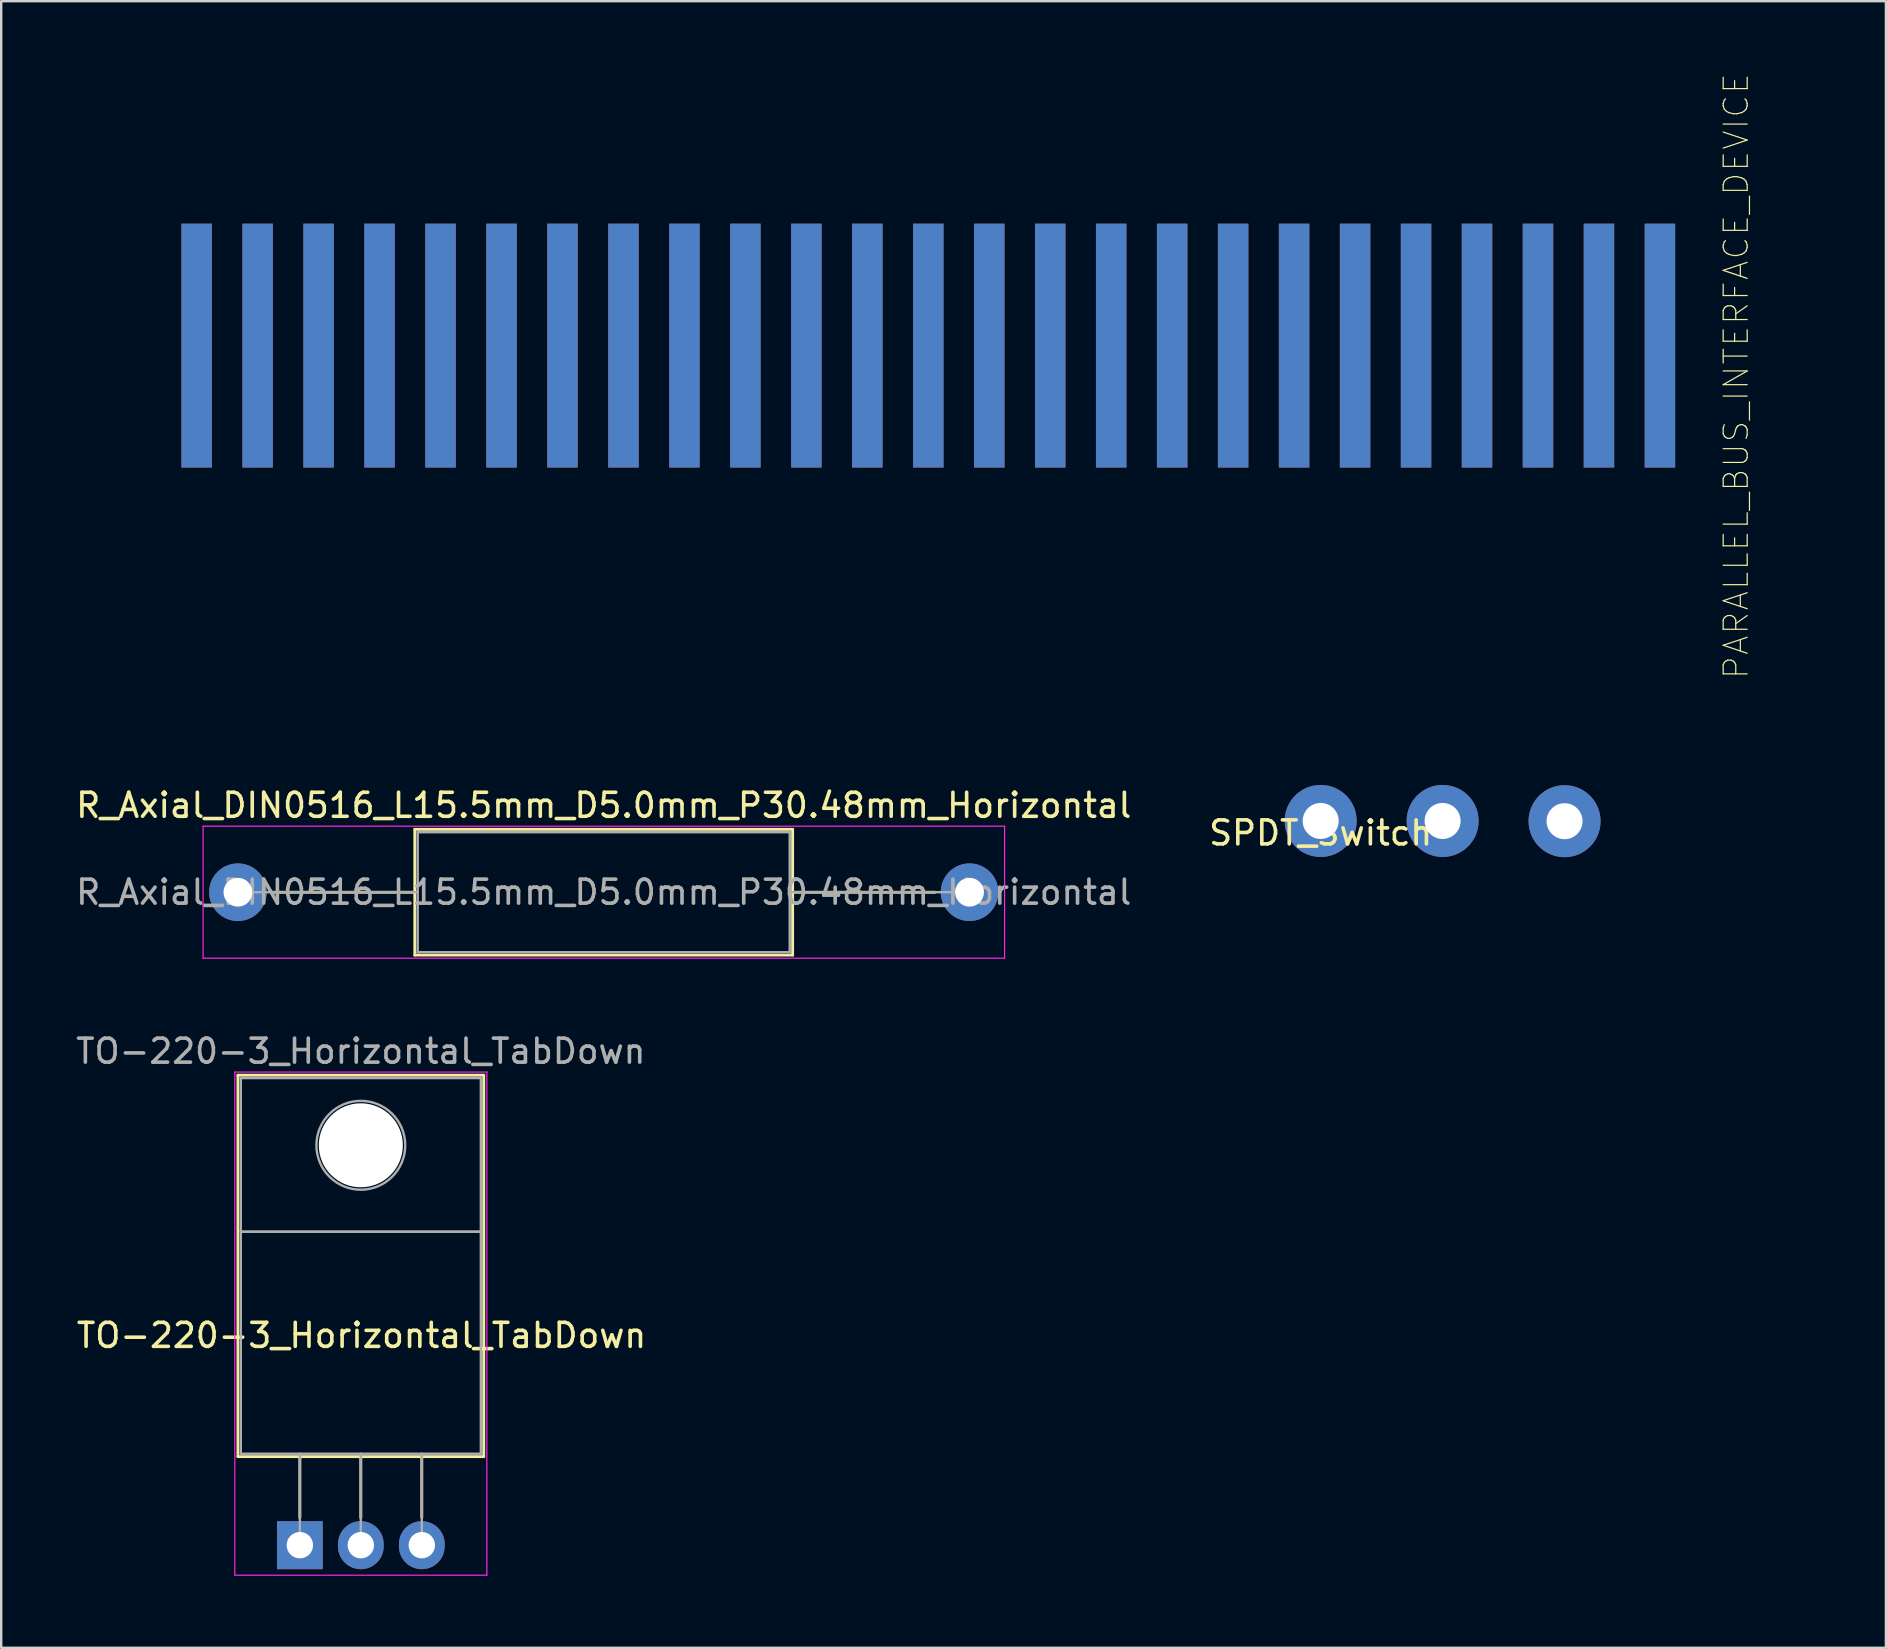
<source format=kicad_pcb>
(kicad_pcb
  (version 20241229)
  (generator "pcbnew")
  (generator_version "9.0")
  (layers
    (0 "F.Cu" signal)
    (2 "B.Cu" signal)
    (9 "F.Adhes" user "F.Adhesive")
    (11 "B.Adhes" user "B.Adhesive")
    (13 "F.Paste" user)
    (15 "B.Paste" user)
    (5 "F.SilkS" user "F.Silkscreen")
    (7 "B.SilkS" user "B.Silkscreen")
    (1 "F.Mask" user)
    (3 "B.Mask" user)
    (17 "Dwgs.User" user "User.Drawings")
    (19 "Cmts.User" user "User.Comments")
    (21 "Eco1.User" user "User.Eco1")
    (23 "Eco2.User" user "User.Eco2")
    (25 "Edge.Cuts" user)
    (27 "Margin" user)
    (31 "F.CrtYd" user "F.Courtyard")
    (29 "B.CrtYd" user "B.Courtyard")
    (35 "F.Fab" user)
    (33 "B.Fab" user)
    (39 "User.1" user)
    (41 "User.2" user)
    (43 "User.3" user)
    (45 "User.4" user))
  (footprint "R_Axial_DIN0516_L15.5mm_D5.0mm_P30.48mm_Horizontal"
    (layer "F.Cu")
    (at 6.861 34.12)
    (property "Reference" "R_Axial_DIN0516_L15.5mm_D5.0mm_P30.48mm_Horizontal" (at 15.24 -3.62 180) (layer "F.SilkS") (effects (font (size 1 1) (thickness 0.15))))
    (attr through_hole)
    (fp_line (start 1.44 0) (end 7.37 0) (stroke (width 0.12) (type solid)) (layer "F.SilkS"))
    (fp_line (start 7.37 -2.62) (end 7.37 2.62) (stroke (width 0.12) (type solid)) (layer "F.SilkS"))
    (fp_line (start 7.37 2.62) (end 23.11 2.62) (stroke (width 0.12) (type solid)) (layer "F.SilkS"))
    (fp_line (start 23.11 -2.62) (end 7.37 -2.62) (stroke (width 0.12) (type solid)) (layer "F.SilkS"))
    (fp_line (start 23.11 2.62) (end 23.11 -2.62) (stroke (width 0.12) (type solid)) (layer "F.SilkS"))
    (fp_line (start 29.04 0) (end 23.11 0) (stroke (width 0.12) (type solid)) (layer "F.SilkS"))
    (fp_line (start -1.45 -2.75) (end -1.45 2.75) (stroke (width 0.05) (type solid)) (layer "F.CrtYd"))
    (fp_line (start -1.45 2.75) (end 31.94 2.75) (stroke (width 0.05) (type solid)) (layer "F.CrtYd"))
    (fp_line (start 31.94 -2.75) (end -1.45 -2.75) (stroke (width 0.05) (type solid)) (layer "F.CrtYd"))
    (fp_line (start 31.94 2.75) (end 31.94 -2.75) (stroke (width 0.05) (type solid)) (layer "F.CrtYd"))
    (fp_line (start 0 0) (end 7.49 0) (stroke (width 0.1) (type solid)) (layer "F.Fab"))
    (fp_line (start 7.49 -2.5) (end 7.49 2.5) (stroke (width 0.1) (type solid)) (layer "F.Fab"))
    (fp_line (start 7.49 2.5) (end 22.99 2.5) (stroke (width 0.1) (type solid)) (layer "F.Fab"))
    (fp_line (start 22.99 -2.5) (end 7.49 -2.5) (stroke (width 0.1) (type solid)) (layer "F.Fab"))
    (fp_line (start 22.99 2.5) (end 22.99 -2.5) (stroke (width 0.1) (type solid)) (layer "F.Fab"))
    (fp_line (start 30.48 0) (end 22.99 0) (stroke (width 0.1) (type solid)) (layer "F.Fab"))
    (fp_text user "${REFERENCE}" (at 15.24 0 180) (layer "F.Fab") (effects (font (size 1 1) (thickness 0.15))))
    (pad "1" thru_hole circle (at 0 0) (size 2.4 2.4) (drill 1.2) (layers "*.Cu" "*.Mask"))
    (pad "2" thru_hole oval (at 30.48 0) (size 2.4 2.4) (drill 1.2) (layers "*.Cu" "*.Mask")))
  (footprint "TO-220-3_Horizontal_TabDown"
    (layer "F.Cu")
    (at 9.442 61.323)
    (property "Reference" "TO-220-3_Horizontal_TabDown" (at 2.57 -8.74 0) (layer "F.SilkS") (effects (font (size 1 1) (thickness 0.15))))
    (attr through_hole)
    (fp_poly (pts (xy -3 -20) (xy -3 -3) (xy 8.01 -3) (xy 8.01 -20)) (stroke (width 0.1) (type solid)) (fill yes) (layer "F.Mask"))
    (fp_line (start -2.58 -19.58) (end -2.58 -3.69) (stroke (width 0.12) (type solid)) (layer "F.SilkS"))
    (fp_line (start -2.58 -19.58) (end 7.66 -19.58) (stroke (width 0.12) (type solid)) (layer "F.SilkS"))
    (fp_line (start -2.58 -3.69) (end 7.66 -3.69) (stroke (width 0.12) (type solid)) (layer "F.SilkS"))
    (fp_line (start 0 -3.69) (end 0 -1.15) (stroke (width 0.12) (type solid)) (layer "F.SilkS"))
    (fp_line (start 2.54 -3.69) (end 2.54 -1.15) (stroke (width 0.12) (type solid)) (layer "F.SilkS"))
    (fp_line (start 5.08 -3.69) (end 5.08 -1.15) (stroke (width 0.12) (type solid)) (layer "F.SilkS"))
    (fp_line (start 7.66 -19.58) (end 7.66 -3.69) (stroke (width 0.12) (type solid)) (layer "F.SilkS"))
    (fp_line (start -2.71 -19.71) (end -2.71 1.25) (stroke (width 0.05) (type solid)) (layer "F.CrtYd"))
    (fp_line (start -2.71 1.25) (end 7.79 1.25) (stroke (width 0.05) (type solid)) (layer "F.CrtYd"))
    (fp_line (start 7.79 -19.71) (end -2.71 -19.71) (stroke (width 0.05) (type solid)) (layer "F.CrtYd"))
    (fp_line (start 7.79 1.25) (end 7.79 -19.71) (stroke (width 0.05) (type solid)) (layer "F.CrtYd"))
    (fp_line (start -2.46 -19.46) (end 7.54 -19.46) (stroke (width 0.1) (type solid)) (layer "F.Fab"))
    (fp_line (start -2.46 -13.06) (end -2.46 -19.46) (stroke (width 0.1) (type solid)) (layer "F.Fab"))
    (fp_line (start -2.46 -13.06) (end 7.54 -13.06) (stroke (width 0.1) (type solid)) (layer "F.Fab"))
    (fp_line (start -2.46 -3.81) (end -2.46 -13.06) (stroke (width 0.1) (type solid)) (layer "F.Fab"))
    (fp_line (start 0 -3.81) (end 0 0) (stroke (width 0.1) (type solid)) (layer "F.Fab"))
    (fp_line (start 2.54 -3.81) (end 2.54 0) (stroke (width 0.1) (type solid)) (layer "F.Fab"))
    (fp_line (start 5.08 -3.81) (end 5.08 0) (stroke (width 0.1) (type solid)) (layer "F.Fab"))
    (fp_line (start 7.54 -19.46) (end 7.54 -13.06) (stroke (width 0.1) (type solid)) (layer "F.Fab"))
    (fp_line (start 7.54 -13.06) (end -2.46 -13.06) (stroke (width 0.1) (type solid)) (layer "F.Fab"))
    (fp_line (start 7.54 -13.06) (end 7.54 -3.81) (stroke (width 0.1) (type solid)) (layer "F.Fab"))
    (fp_line (start 7.54 -3.81) (end -2.46 -3.81) (stroke (width 0.1) (type solid)) (layer "F.Fab"))
    (fp_circle (center 2.54 -16.66) (end 4.39 -16.66) (stroke (width 0.1) (type solid)) (fill no) (layer "F.Fab"))
    (fp_text user "${REFERENCE}" (at 2.54 -20.58 0) (layer "F.Fab") (effects (font (size 1 1) (thickness 0.15))))
    (pad "" np_thru_hole oval (at 2.54 -16.66) (size 3.5 3.5) (drill 3.5) (layers "*.Cu" "*.Mask"))
    (pad "1" thru_hole rect (at 0 0) (size 1.905 2) (drill 1.1) (layers "*.Cu" "*.Mask"))
    (pad "2" thru_hole oval (at 2.54 0) (size 1.905 2) (drill 1.1) (layers "*.Cu" "*.Mask"))
    (pad "3" thru_hole oval (at 5.08 0) (size 1.905 2) (drill 1.1) (layers "*.Cu" "*.Mask")))
  (footprint "SPDT_Switch"
    (layer "F.Cu")
    (at 51.97 31.151)
    (property "Reference" "SPDT_Switch" (at 0 0.5 0) (layer "F.SilkS") (effects (font (size 1 1) (thickness 0.15))))
    (attr through_hole)
    (pad "1" thru_hole circle (at 0 0) (size 3 3) (drill 1.5) (layers "*.Cu" "*.Mask"))
    (pad "2" thru_hole circle (at 5.08 0) (size 3 3) (drill 1.5) (layers "*.Cu" "*.Mask"))
    (pad "3" thru_hole circle (at 10.16 0.01) (size 3 3) (drill 1.5) (layers "*.Cu" "*.Mask")))
  (footprint "PARALLEL_BUS_INTERFACE_DEVICE"
    (layer "F.Cu")
    (at 25.463 12.618)
    (property "Reference" "PARALLEL_BUS_INTERFACE_DEVICE" (at 43.815 0 90) (layer "F.SilkS") (effects (font (size 1 1) (thickness 0.05))))
    (attr smd)
    (fp_line (start -25.4 5.08) (end 46.99 5.08) (stroke (width 0.127) (type solid)) (layer "Eco2.User"))
    (fp_line (start -24.13 6.35) (end -24.13 13.97) (stroke (width 0.127) (type solid)) (layer "Eco2.User"))
    (fp_line (start -24.13 6.35) (end -17.78 6.35) (stroke (width 0.127) (type solid)) (layer "Eco2.User"))
    (fp_line (start -24.13 13.97) (end 44.45 13.97) (stroke (width 0.127) (type solid)) (layer "Eco2.User"))
    (fp_line (start -20.32 6.35) (end -20.32 -2.54) (stroke (width 0.61) (type solid)) (layer "Eco2.User"))
    (fp_line (start -17.78 6.35) (end -17.78 -2.54) (stroke (width 0.61) (type solid)) (layer "Eco2.User"))
    (fp_line (start -17.78 6.35) (end -15.24 6.35) (stroke (width 0.127) (type solid)) (layer "Eco2.User"))
    (fp_line (start -15.24 6.35) (end -15.24 -2.54) (stroke (width 0.61) (type solid)) (layer "Eco2.User"))
    (fp_line (start -15.24 6.35) (end -12.7 6.35) (stroke (width 0.127) (type solid)) (layer "Eco2.User"))
    (fp_line (start -12.7 6.35) (end -12.7 -2.54) (stroke (width 0.61) (type solid)) (layer "Eco2.User"))
    (fp_line (start -12.7 6.35) (end -10.16 6.35) (stroke (width 0.127) (type solid)) (layer "Eco2.User"))
    (fp_line (start -10.16 6.35) (end -10.16 -2.54) (stroke (width 0.61) (type solid)) (layer "Eco2.User"))
    (fp_line (start -10.16 6.35) (end -7.62 6.35) (stroke (width 0.127) (type solid)) (layer "Eco2.User"))
    (fp_line (start -7.62 6.35) (end -7.62 -2.54) (stroke (width 0.61) (type solid)) (layer "Eco2.User"))
    (fp_line (start -7.62 6.35) (end -5.08 6.35) (stroke (width 0.127) (type solid)) (layer "Eco2.User"))
    (fp_line (start -5.08 6.35) (end -5.08 -2.54) (stroke (width 0.61) (type solid)) (layer "Eco2.User"))
    (fp_line (start -5.08 6.35) (end -2.54 6.35) (stroke (width 0.127) (type solid)) (layer "Eco2.User"))
    (fp_line (start -2.54 6.35) (end -2.54 -2.54) (stroke (width 0.61) (type solid)) (layer "Eco2.User"))
    (fp_line (start -2.54 6.35) (end 0 6.35) (stroke (width 0.127) (type solid)) (layer "Eco2.User"))
    (fp_line (start 0 6.35) (end 0 -2.54) (stroke (width 0.61) (type solid)) (layer "Eco2.User"))
    (fp_line (start 0 6.35) (end 2.54 6.35) (stroke (width 0.127) (type solid)) (layer "Eco2.User"))
    (fp_line (start 2.54 6.35) (end 2.54 -2.54) (stroke (width 0.61) (type solid)) (layer "Eco2.User"))
    (fp_line (start 2.54 6.35) (end 5.08 6.35) (stroke (width 0.127) (type solid)) (layer "Eco2.User"))
    (fp_line (start 5.08 6.35) (end 5.08 -2.54) (stroke (width 0.61) (type solid)) (layer "Eco2.User"))
    (fp_line (start 5.08 6.35) (end 7.62 6.35) (stroke (width 0.127) (type solid)) (layer "Eco2.User"))
    (fp_line (start 7.62 6.35) (end 7.62 -2.54) (stroke (width 0.61) (type solid)) (layer "Eco2.User"))
    (fp_line (start 7.62 6.35) (end 10.16 6.35) (stroke (width 0.127) (type solid)) (layer "Eco2.User"))
    (fp_line (start 10.16 6.35) (end 10.16 -2.54) (stroke (width 0.61) (type solid)) (layer "Eco2.User"))
    (fp_line (start 10.16 6.35) (end 12.7 6.35) (stroke (width 0.127) (type solid)) (layer "Eco2.User"))
    (fp_line (start 12.7 6.35) (end 12.7 -2.54) (stroke (width 0.61) (type solid)) (layer "Eco2.User"))
    (fp_line (start 12.7 6.35) (end 15.24 6.35) (stroke (width 0.127) (type solid)) (layer "Eco2.User"))
    (fp_line (start 15.24 6.35) (end 15.24 -2.54) (stroke (width 0.61) (type solid)) (layer "Eco2.User"))
    (fp_line (start 15.24 6.35) (end 17.78 6.35) (stroke (width 0.127) (type solid)) (layer "Eco2.User"))
    (fp_line (start 17.78 6.35) (end 17.78 -2.54) (stroke (width 0.61) (type solid)) (layer "Eco2.User"))
    (fp_line (start 17.78 6.35) (end 20.32 6.35) (stroke (width 0.127) (type solid)) (layer "Eco2.User"))
    (fp_line (start 20.32 6.35) (end 20.32 -2.54) (stroke (width 0.61) (type solid)) (layer "Eco2.User"))
    (fp_line (start 20.32 6.35) (end 22.86 6.35) (stroke (width 0.127) (type solid)) (layer "Eco2.User"))
    (fp_line (start 22.86 6.35) (end 22.86 -2.54) (stroke (width 0.61) (type solid)) (layer "Eco2.User"))
    (fp_line (start 22.86 6.35) (end 25.4 6.35) (stroke (width 0.127) (type solid)) (layer "Eco2.User"))
    (fp_line (start 25.4 6.35) (end 25.4 -2.54) (stroke (width 0.61) (type solid)) (layer "Eco2.User"))
    (fp_line (start 25.4 6.35) (end 27.94 6.35) (stroke (width 0.127) (type solid)) (layer "Eco2.User"))
    (fp_line (start 27.94 6.35) (end 27.94 -2.54) (stroke (width 0.61) (type solid)) (layer "Eco2.User"))
    (fp_line (start 27.94 6.35) (end 30.48 6.35) (stroke (width 0.127) (type solid)) (layer "Eco2.User"))
    (fp_line (start 30.48 6.35) (end 30.48 -2.54) (stroke (width 0.61) (type solid)) (layer "Eco2.User"))
    (fp_line (start 30.48 6.35) (end 33.02 6.35) (stroke (width 0.127) (type solid)) (layer "Eco2.User"))
    (fp_line (start 33.02 6.35) (end 33.02 -2.54) (stroke (width 0.61) (type solid)) (layer "Eco2.User"))
    (fp_line (start 33.02 6.35) (end 35.56 6.35) (stroke (width 0.127) (type solid)) (layer "Eco2.User"))
    (fp_line (start 35.56 6.35) (end 35.56 -2.54) (stroke (width 0.61) (type solid)) (layer "Eco2.User"))
    (fp_line (start 35.56 6.35) (end 38.1 6.35) (stroke (width 0.127) (type solid)) (layer "Eco2.User"))
    (fp_line (start 38.1 6.35) (end 38.1 -2.54) (stroke (width 0.61) (type solid)) (layer "Eco2.User"))
    (fp_line (start 38.1 6.35) (end 40.64 6.35) (stroke (width 0.127) (type solid)) (layer "Eco2.User"))
    (fp_line (start 40.64 6.35) (end 40.64 -2.54) (stroke (width 0.61) (type solid)) (layer "Eco2.User"))
    (fp_line (start 40.64 6.35) (end 44.45 6.35) (stroke (width 0.127) (type solid)) (layer "Eco2.User"))
    (fp_line (start 44.45 6.35) (end 44.45 13.97) (stroke (width 0.127) (type solid)) (layer "Eco2.User"))
    (fp_text user "1" (at 43.22 7.13 0) (layer "Edge.Cuts") (effects (font (size 1 1) (thickness 0.05))))
    (fp_text user "49" (at -23.17 7.16 0) (layer "Edge.Cuts") (effects (font (size 1 1) (thickness 0.05))))
    (fp_text user "50" (at -21.33 7.16 0) (layer "Edge.Cuts") (effects (font (size 1 1) (thickness 0.05))))
    (fp_text user "2" (at 41.75 7.2 0) (layer "Edge.Cuts") (effects (font (size 1 1) (thickness 0.05))))
    (pad "1" smd rect (at 40.64 -1.27 180) (size 1.27 10.16) (layers "F.Cu" "F.Mask" "F.Paste"))
    (pad "2" smd rect (at 40.64 -1.27) (size 1.27 10.16) (layers "*.Mask" "B.Cu" "F.Paste"))
    (pad "3" smd rect (at 38.1 -1.27 180) (size 1.27 10.16) (layers "F.Cu" "F.Mask" "F.Paste"))
    (pad "4" smd rect (at 38.1 -1.27) (size 1.27 10.16) (layers "*.Mask" "B.Cu" "F.Paste"))
    (pad "5" smd rect (at 35.56 -1.27 180) (size 1.27 10.16) (layers "F.Cu" "F.Mask" "F.Paste"))
    (pad "6" smd rect (at 35.56 -1.27) (size 1.27 10.16) (layers "*.Mask" "B.Cu" "F.Paste"))
    (pad "7" smd rect (at 33.02 -1.27 180) (size 1.27 10.16) (layers "F.Cu" "F.Mask" "F.Paste"))
    (pad "8" smd rect (at 33.02 -1.27) (size 1.27 10.16) (layers "*.Mask" "B.Cu" "F.Paste"))
    (pad "9" smd rect (at 30.48 -1.27 180) (size 1.27 10.16) (layers "F.Cu" "F.Mask" "F.Paste"))
    (pad "10" smd rect (at 30.48 -1.27) (size 1.27 10.16) (layers "*.Mask" "B.Cu" "F.Paste"))
    (pad "11" smd rect (at 27.94 -1.27 180) (size 1.27 10.16) (layers "F.Cu" "F.Mask" "F.Paste"))
    (pad "12" smd rect (at 27.94 -1.27) (size 1.27 10.16) (layers "*.Mask" "B.Cu" "F.Paste"))
    (pad "13" smd rect (at 25.4 -1.27 180) (size 1.27 10.16) (layers "F.Cu" "F.Mask" "F.Paste"))
    (pad "14" smd rect (at 25.4 -1.27) (size 1.27 10.16) (layers "*.Mask" "B.Cu" "F.Paste"))
    (pad "15" smd rect (at 22.86 -1.27 180) (size 1.27 10.16) (layers "F.Cu" "F.Mask" "F.Paste"))
    (pad "16" smd rect (at 22.86 -1.27) (size 1.27 10.16) (layers "*.Mask" "B.Cu" "F.Paste"))
    (pad "17" smd rect (at 20.32 -1.27 180) (size 1.27 10.16) (layers "F.Cu" "F.Mask" "F.Paste"))
    (pad "18" smd rect (at 20.32 -1.27) (size 1.27 10.16) (layers "*.Mask" "B.Cu" "F.Paste"))
    (pad "19" smd rect (at 17.78 -1.27 180) (size 1.27 10.16) (layers "F.Cu" "F.Mask" "F.Paste"))
    (pad "20" smd rect (at 17.78 -1.27) (size 1.27 10.16) (layers "*.Mask" "B.Cu" "F.Paste"))
    (pad "21" smd rect (at 15.24 -1.27 180) (size 1.27 10.16) (layers "F.Cu" "F.Mask" "F.Paste"))
    (pad "22" smd rect (at 15.24 -1.27) (size 1.27 10.16) (layers "*.Mask" "B.Cu" "F.Paste"))
    (pad "23" smd rect (at 12.7 -1.27 180) (size 1.27 10.16) (layers "F.Cu" "F.Mask" "F.Paste"))
    (pad "24" smd rect (at 12.7 -1.27) (size 1.27 10.16) (layers "*.Mask" "B.Cu" "F.Paste"))
    (pad "25" smd rect (at 10.16 -1.27 180) (size 1.27 10.16) (layers "F.Cu" "F.Mask" "F.Paste"))
    (pad "26" smd rect (at 10.16 -1.27) (size 1.27 10.16) (layers "*.Mask" "B.Cu" "F.Paste"))
    (pad "27" smd rect (at 7.62 -1.27 180) (size 1.27 10.16) (layers "F.Cu" "F.Mask" "F.Paste"))
    (pad "28" smd rect (at 7.62 -1.27) (size 1.27 10.16) (layers "*.Mask" "B.Cu" "F.Paste"))
    (pad "29" smd rect (at 5.08 -1.27 180) (size 1.27 10.16) (layers "F.Cu" "F.Mask" "F.Paste"))
    (pad "30" smd rect (at 5.08 -1.27) (size 1.27 10.16) (layers "*.Mask" "B.Cu" "F.Paste"))
    (pad "31" smd rect (at 2.54 -1.27 180) (size 1.27 10.16) (layers "F.Cu" "F.Mask" "F.Paste"))
    (pad "32" smd rect (at 2.54 -1.27) (size 1.27 10.16) (layers "*.Mask" "B.Cu" "F.Paste"))
    (pad "33" smd rect (at 0 -1.27 180) (size 1.27 10.16) (layers "F.Cu" "F.Mask" "F.Paste"))
    (pad "34" smd rect (at 0 -1.27) (size 1.27 10.16) (layers "*.Mask" "B.Cu" "F.Paste"))
    (pad "35" smd rect (at -2.54 -1.27 180) (size 1.27 10.16) (layers "F.Cu" "F.Mask" "F.Paste"))
    (pad "36" smd rect (at -2.54 -1.27) (size 1.27 10.16) (layers "*.Mask" "B.Cu" "F.Paste"))
    (pad "37" smd rect (at -5.08 -1.27 180) (size 1.27 10.16) (layers "F.Cu" "F.Mask" "F.Paste"))
    (pad "38" smd rect (at -5.08 -1.27) (size 1.27 10.16) (layers "*.Mask" "B.Cu" "F.Paste"))
    (pad "39" smd rect (at -7.62 -1.27 180) (size 1.27 10.16) (layers "F.Cu" "F.Mask" "F.Paste"))
    (pad "40" smd rect (at -7.62 -1.27) (size 1.27 10.16) (layers "*.Mask" "B.Cu" "F.Paste"))
    (pad "41" smd rect (at -10.16 -1.27 180) (size 1.27 10.16) (layers "F.Cu" "F.Mask" "F.Paste"))
    (pad "42" smd rect (at -10.16 -1.27) (size 1.27 10.16) (layers "*.Mask" "B.Cu" "F.Paste"))
    (pad "43" smd rect (at -12.7 -1.27 180) (size 1.27 10.16) (layers "F.Cu" "F.Mask" "F.Paste"))
    (pad "44" smd rect (at -12.7 -1.27) (size 1.27 10.16) (layers "*.Mask" "B.Cu" "F.Paste"))
    (pad "45" smd rect (at -15.24 -1.27 180) (size 1.27 10.16) (layers "F.Cu" "F.Mask" "F.Paste"))
    (pad "46" smd rect (at -15.24 -1.27) (size 1.27 10.16) (layers "*.Mask" "B.Cu" "F.Paste"))
    (pad "47" smd rect (at -17.78 -1.27 180) (size 1.27 10.16) (layers "F.Cu" "F.Mask" "F.Paste"))
    (pad "48" smd rect (at -17.78 -1.27) (size 1.27 10.16) (layers "*.Mask" "B.Cu" "F.Paste"))
    (pad "49" smd rect (at -20.32 -1.27 180) (size 1.27 10.16) (layers "F.Cu" "F.Mask" "F.Paste"))
    (pad "50" smd rect (at -20.32 -1.27) (size 1.27 10.16) (layers "*.Mask" "B.Cu" "F.Paste")))
  (gr_rect
    (start -3 -3)
    (end 75.517 65.598)
    (stroke (width 0.1) (type default))
    (fill no)
    (layer "Edge.Cuts")))
</source>
